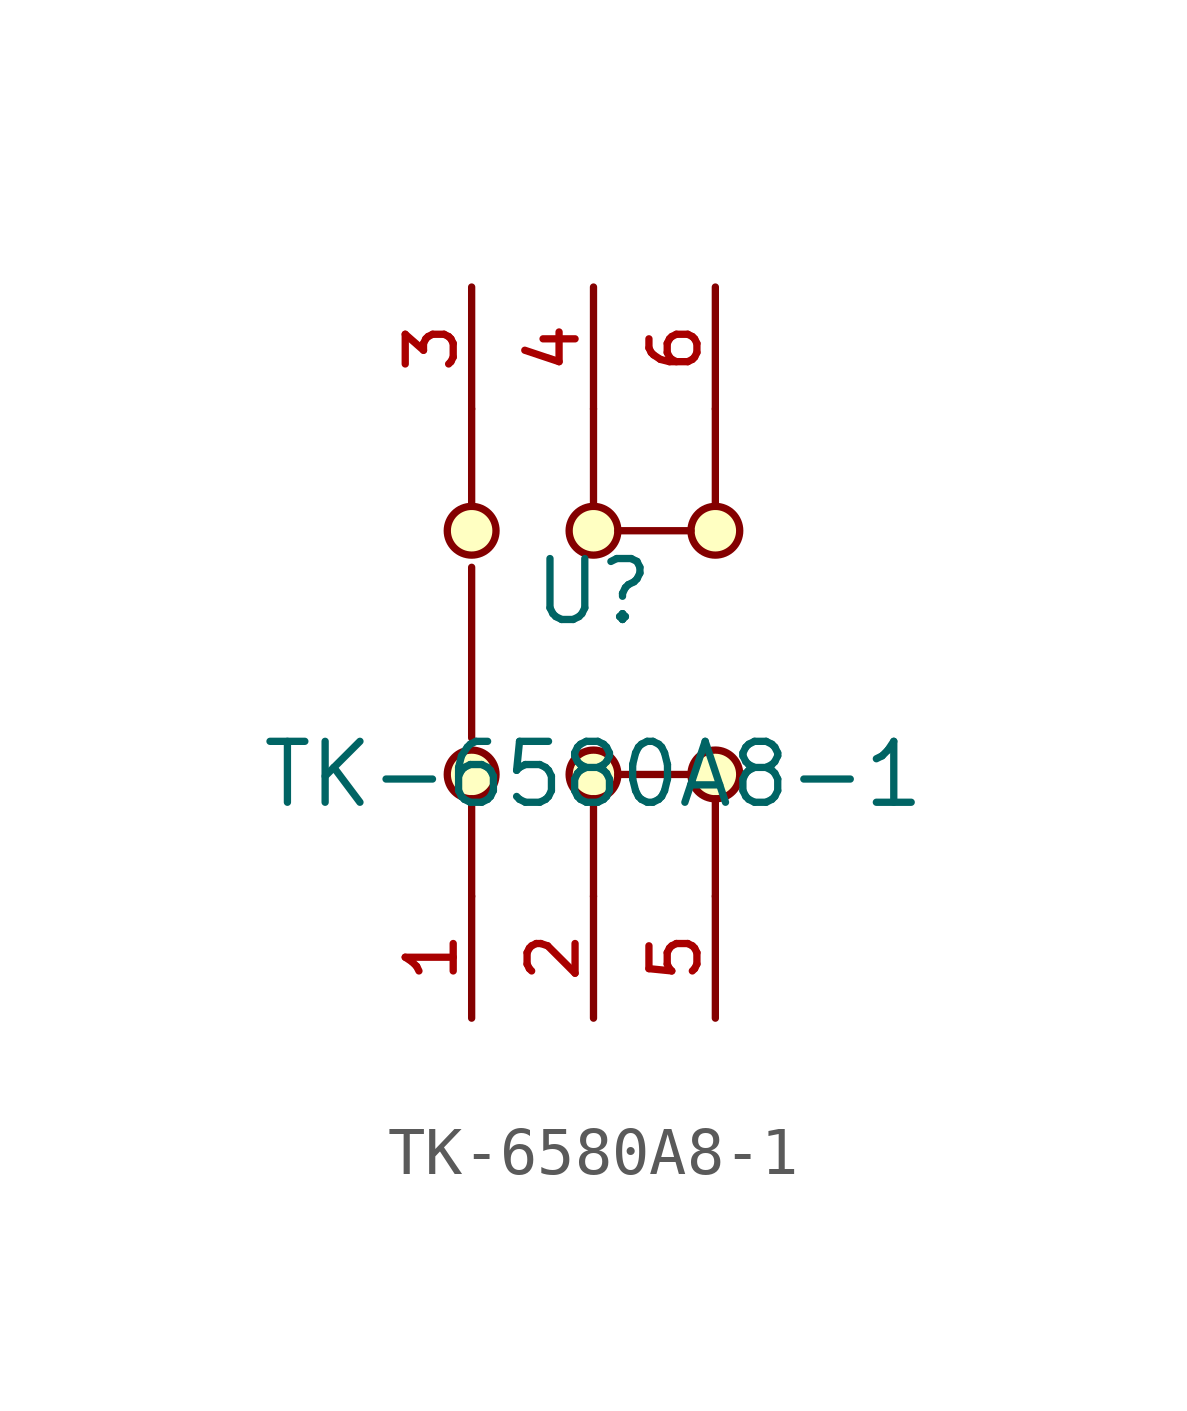
<source format=kicad_sym>
(kicad_symbol_lib
  (version 20210201)
  (generator TousstNicolas/JLC2KiCad_lib)
  (symbol "TK-6580A8-1"
    (pin_names hide)
    (property "Reference" "U"
      (at 0 1.27 0)
      (effects (font (size 1.27 1.27))))
    (property "Value" "TK-6580A8-1"
      (at 0 -2.54 0)
      (effects (font (size 1.27 1.27))))
    (symbol "TK-6580A8-1_0_1"
      (circle (center -2.54 2.54) (radius 0.508) (stroke (width 0) (type default) (color 0 0 0 0)) (fill (type background)))
      (circle (center 0.0 2.54) (radius 0.508) (stroke (width 0) (type default) (color 0 0 0 0)) (fill (type background)))
      (circle (center 2.54 2.54) (radius 0.508) (stroke (width 0) (type default) (color 0 0 0 0)) (fill (type background)))
      (circle (center 2.54 -2.54) (radius 0.508) (stroke (width 0) (type default) (color 0 0 0 0)) (fill (type background)))
      (circle (center 0.0 -2.54) (radius 0.508) (stroke (width 0) (type default) (color 0 0 0 0)) (fill (type background)))
      (circle (center -2.54 -2.54) (radius 0.508) (stroke (width 0) (type default) (color 0 0 0 0)) (fill (type background)))
      (polyline (pts (xy 0.508 2.54) (xy 2.032 2.54)) (stroke (width 0) (type default) (color 0 0 0 0)) (fill (type none)))
      (polyline (pts (xy 0.508 -2.54) (xy 2.032 -2.54)) (stroke (width 0) (type default) (color 0 0 0 0)) (fill (type none)))
      (polyline (pts (xy -2.54 1.778) (xy -2.54 -1.778)) (stroke (width 0) (type default) (color 0 0 0 0)) (fill (type none)))
      (polyline (pts (xy -2.54 3.048) (xy -2.54 5.08)) (stroke (width 0) (type default) (color 0 0 0 0)) (fill (type none)))
      (polyline (pts (xy 0.0 3.048) (xy 0.0 5.08)) (stroke (width 0) (type default) (color 0 0 0 0)) (fill (type none)))
      (polyline (pts (xy 2.54 3.048) (xy 2.54 5.08)) (stroke (width 0) (type default) (color 0 0 0 0)) (fill (type none)))
      (polyline (pts (xy 2.54 -5.08) (xy 2.54 -3.048)) (stroke (width 0) (type default) (color 0 0 0 0)) (fill (type none)))
      (polyline (pts (xy 0.0 -5.08) (xy 0.0 -3.048)) (stroke (width 0) (type default) (color 0 0 0 0)) (fill (type none)))
      (polyline (pts (xy -2.54 -5.08) (xy -2.54 -3.048)) (stroke (width 0) (type default) (color 0 0 0 0)) (fill (type none)))
      (pin unspecified line (at -2.54 -7.62 90) (length 2.54) (name "1" (effects (font (size 1 1)))) (number "1" (effects (font (size 1 1)))))
      (pin unspecified line (at 0.0 -7.62 90) (length 2.54) (name "2" (effects (font (size 1 1)))) (number "2" (effects (font (size 1 1)))))
      (pin unspecified line (at -2.54 7.62 270) (length 2.54) (name "3" (effects (font (size 1 1)))) (number "3" (effects (font (size 1 1)))))
      (pin unspecified line (at 0.0 7.62 270) (length 2.54) (name "4" (effects (font (size 1 1)))) (number "4" (effects (font (size 1 1)))))
      (pin unspecified line (at 2.54 -7.62 90) (length 2.54) (name "5" (effects (font (size 1 1)))) (number "5" (effects (font (size 1 1)))))
      (pin unspecified line (at 2.54 7.62 270) (length 2.54) (name "6" (effects (font (size 1 1)))) (number "6" (effects (font (size 1 1))))))))
</source>
